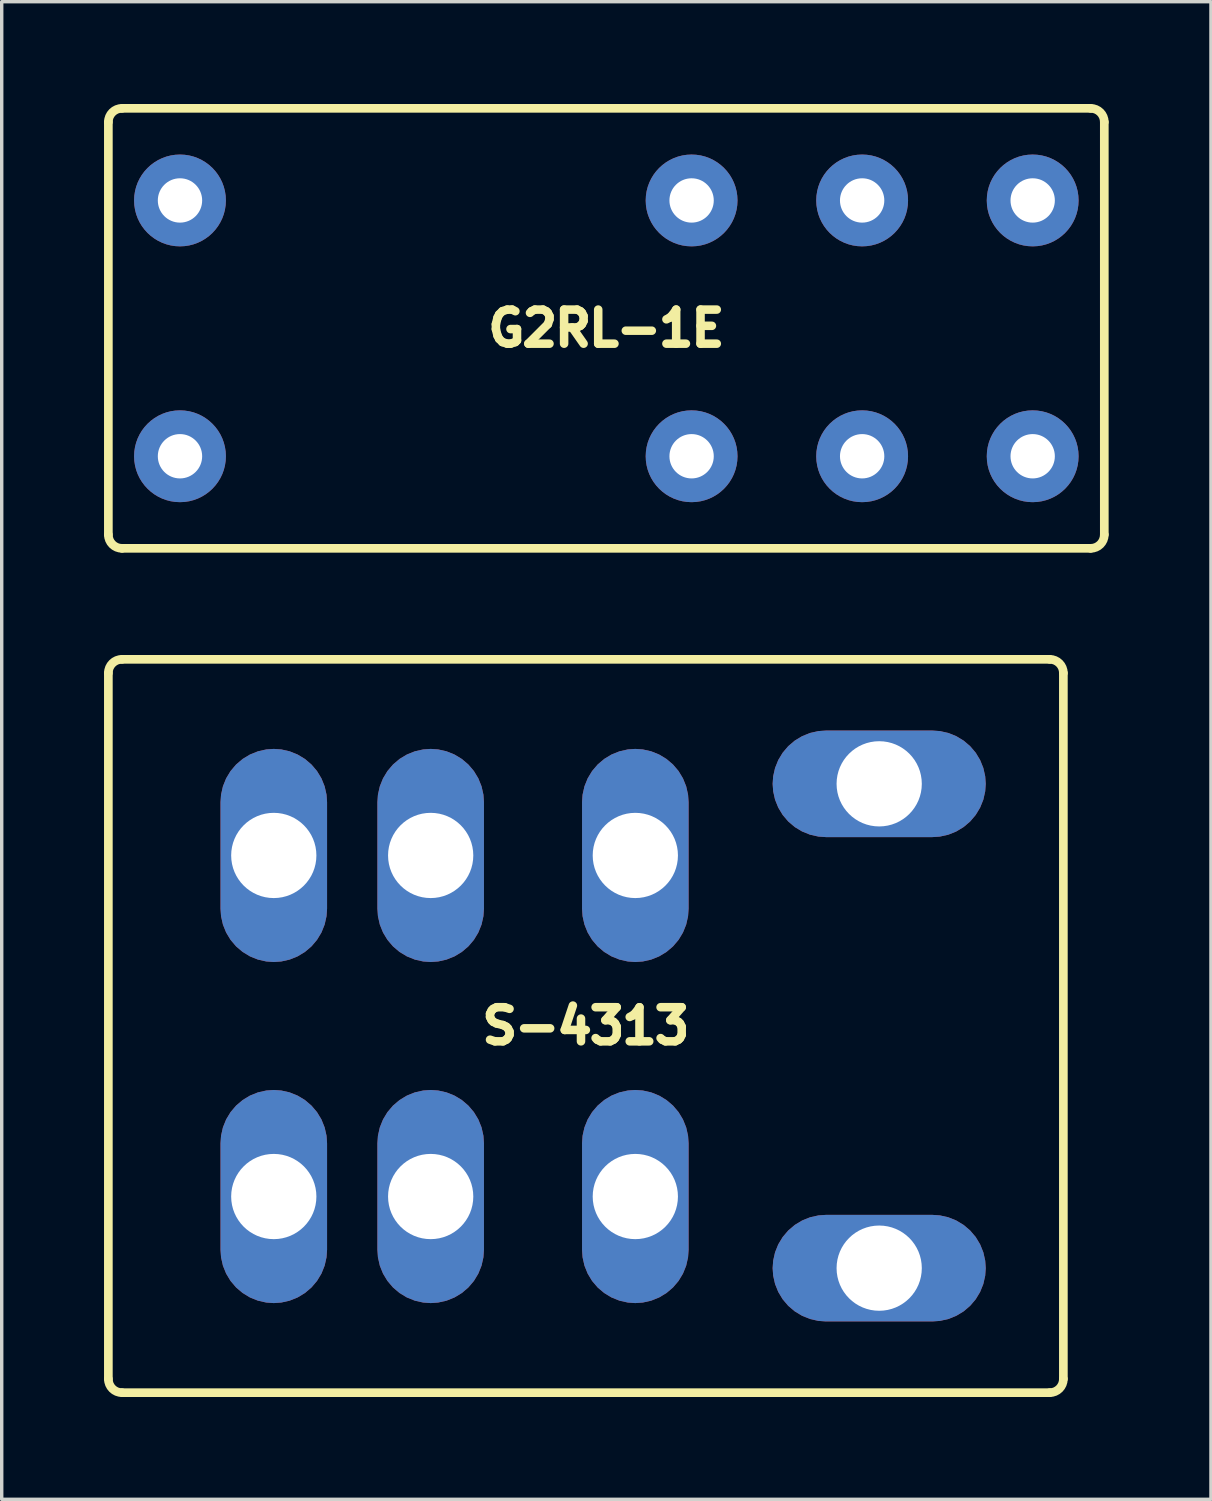
<source format=kicad_pcb>
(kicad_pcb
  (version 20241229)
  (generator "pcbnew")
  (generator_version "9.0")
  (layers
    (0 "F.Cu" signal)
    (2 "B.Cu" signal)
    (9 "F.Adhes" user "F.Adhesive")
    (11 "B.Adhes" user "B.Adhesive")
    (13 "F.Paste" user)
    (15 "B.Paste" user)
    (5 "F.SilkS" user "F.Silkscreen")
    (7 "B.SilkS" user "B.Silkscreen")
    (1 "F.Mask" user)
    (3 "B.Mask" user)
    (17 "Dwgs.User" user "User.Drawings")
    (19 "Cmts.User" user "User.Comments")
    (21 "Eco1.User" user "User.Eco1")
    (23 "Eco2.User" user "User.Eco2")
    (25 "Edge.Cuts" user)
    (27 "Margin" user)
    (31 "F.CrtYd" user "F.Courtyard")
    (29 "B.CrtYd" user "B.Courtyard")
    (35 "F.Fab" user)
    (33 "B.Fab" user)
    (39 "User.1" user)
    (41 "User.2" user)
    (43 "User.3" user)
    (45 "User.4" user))
  (footprint "G2RL-1E"
    (layer "F.Cu")
    (at 14.727 6.577)
    (property "Reference" "G2RL-1E" (at 0 0 0) (layer "F.SilkS") (effects (font (size 1 1) (thickness 0.25))))
    (attr through_hole)
    (fp_line (start -14.6 -6.05) (end -14.6 6.05) (stroke (width 0.254) (type solid)) (layer "F.SilkS"))
    (fp_line (start -14.2 6.45) (end 14.2 6.45) (stroke (width 0.254) (type solid)) (layer "F.SilkS"))
    (fp_line (start 14.2 -6.45) (end -14.2 -6.45) (stroke (width 0.254) (type solid)) (layer "F.SilkS"))
    (fp_line (start 14.6 6.05) (end 14.6 -6.05) (stroke (width 0.254) (type solid)) (layer "F.SilkS"))
    (fp_arc (start -14.6 -6.05) (mid -14.482843 -6.332843) (end -14.2 -6.45) (stroke (width 0.254) (type solid)) (layer "F.SilkS"))
    (fp_arc (start -14.2 6.45) (mid -14.482843 6.332843) (end -14.6 6.05) (stroke (width 0.254) (type solid)) (layer "F.SilkS"))
    (fp_arc (start 14.2 -6.45) (mid 14.482843 -6.332843) (end 14.6 -6.05) (stroke (width 0.254) (type solid)) (layer "F.SilkS"))
    (fp_arc (start 14.6 6.05) (mid 14.482843 6.332843) (end 14.2 6.45) (stroke (width 0.254) (type solid)) (layer "F.SilkS"))
    (pad "1" thru_hole circle (at 7.5 3.75) (size 2.692 2.692) (drill 1.3) (layers "B.Cu" "B.Mask"))
    (pad "3" thru_hole circle (at 7.5 -3.75) (size 2.692 2.692) (drill 1.3) (layers "B.Cu" "B.Mask"))
    (pad "5" thru_hole circle (at 2.5 -3.75) (size 2.692 2.692) (drill 1.3) (layers "B.Cu" "B.Mask"))
    (pad "8" thru_hole circle (at -12.5 -3.75) (size 2.692 2.692) (drill 1.3) (layers "B.Cu" "B.Mask"))
    (pad "9" thru_hole circle (at -12.5 3.75) (size 2.692 2.692) (drill 1.3) (layers "B.Cu" "B.Mask"))
    (pad "12" thru_hole circle (at 2.5 3.75) (size 2.692 2.692) (drill 1.3) (layers "B.Cu" "B.Mask"))
    (pad "14" thru_hole circle (at 12.5 3.75) (size 2.692 2.692) (drill 1.3) (layers "B.Cu" "B.Mask"))
    (pad "16" thru_hole circle (at 12.5 -3.75) (size 2.692 2.692) (drill 1.3) (layers "B.Cu" "B.Mask")))
  (footprint "S-4313"
    (layer "F.Cu")
    (at 14.127 27.031)
    (property "Reference" "S-4313" (at 0 0 0) (layer "F.SilkS") (effects (font (size 1 1) (thickness 0.25))))
    (attr through_hole)
    (fp_line (start -14 -10.35) (end -14 10.35) (stroke (width 0.254) (type solid)) (layer "F.SilkS"))
    (fp_line (start -13.6 -10.75) (end 13.6 -10.75) (stroke (width 0.254) (type solid)) (layer "F.SilkS"))
    (fp_line (start -13.6 10.75) (end 13.6 10.75) (stroke (width 0.254) (type solid)) (layer "F.SilkS"))
    (fp_line (start 14 -10.35) (end 14 10.35) (stroke (width 0.254) (type solid)) (layer "F.SilkS"))
    (fp_arc (start -14 -10.35) (mid -13.882843 -10.632843) (end -13.6 -10.75) (stroke (width 0.254) (type solid)) (layer "F.SilkS"))
    (fp_arc (start -13.6 10.75) (mid -13.882843 10.632843) (end -14 10.35) (stroke (width 0.254) (type solid)) (layer "F.SilkS"))
    (fp_arc (start 13.6 -10.75) (mid 13.882843 -10.632843) (end 14 -10.35) (stroke (width 0.254) (type solid)) (layer "F.SilkS"))
    (fp_arc (start 14 10.35) (mid 13.882843 10.632843) (end 13.6 10.75) (stroke (width 0.254) (type solid)) (layer "F.SilkS"))
    (pad "11" thru_hole roundrect (at 1.45 -5) (size 3.124 6.248) (drill 2.499) (layers "*.Cu" "*.Mask") (roundrect_rratio 0.5))
    (pad "12" thru_hole roundrect (at -9.15 -5) (size 3.124 6.248) (drill 2.499) (layers "*.Cu" "*.Mask") (roundrect_rratio 0.5))
    (pad "14" thru_hole roundrect (at -4.55 -5) (size 3.124 6.248) (drill 2.499) (layers "*.Cu" "*.Mask") (roundrect_rratio 0.5))
    (pad "21" thru_hole roundrect (at 1.45 5) (size 3.124 6.248) (drill 2.499) (layers "*.Cu" "*.Mask") (roundrect_rratio 0.5))
    (pad "22" thru_hole roundrect (at -9.15 5) (size 3.124 6.248) (drill 2.499) (layers "*.Cu" "*.Mask") (roundrect_rratio 0.5))
    (pad "24" thru_hole roundrect (at -4.55 5) (size 3.124 6.248) (drill 2.499) (layers "*.Cu" "*.Mask") (roundrect_rratio 0.5))
    (pad "A1" thru_hole roundrect (at 8.6 -7.1) (size 6.248 3.124) (drill 2.499) (layers "*.Cu" "*.Mask") (roundrect_rratio 0.5))
    (pad "A2" thru_hole roundrect (at 8.6 7.1) (size 6.248 3.124) (drill 2.499) (layers "*.Cu" "*.Mask") (roundrect_rratio 0.5)))
  (gr_rect
    (start -3 -3)
    (end 32.454 40.908)
    (stroke (width 0.1) (type default))
    (fill no)
    (layer "Edge.Cuts")))
</source>
